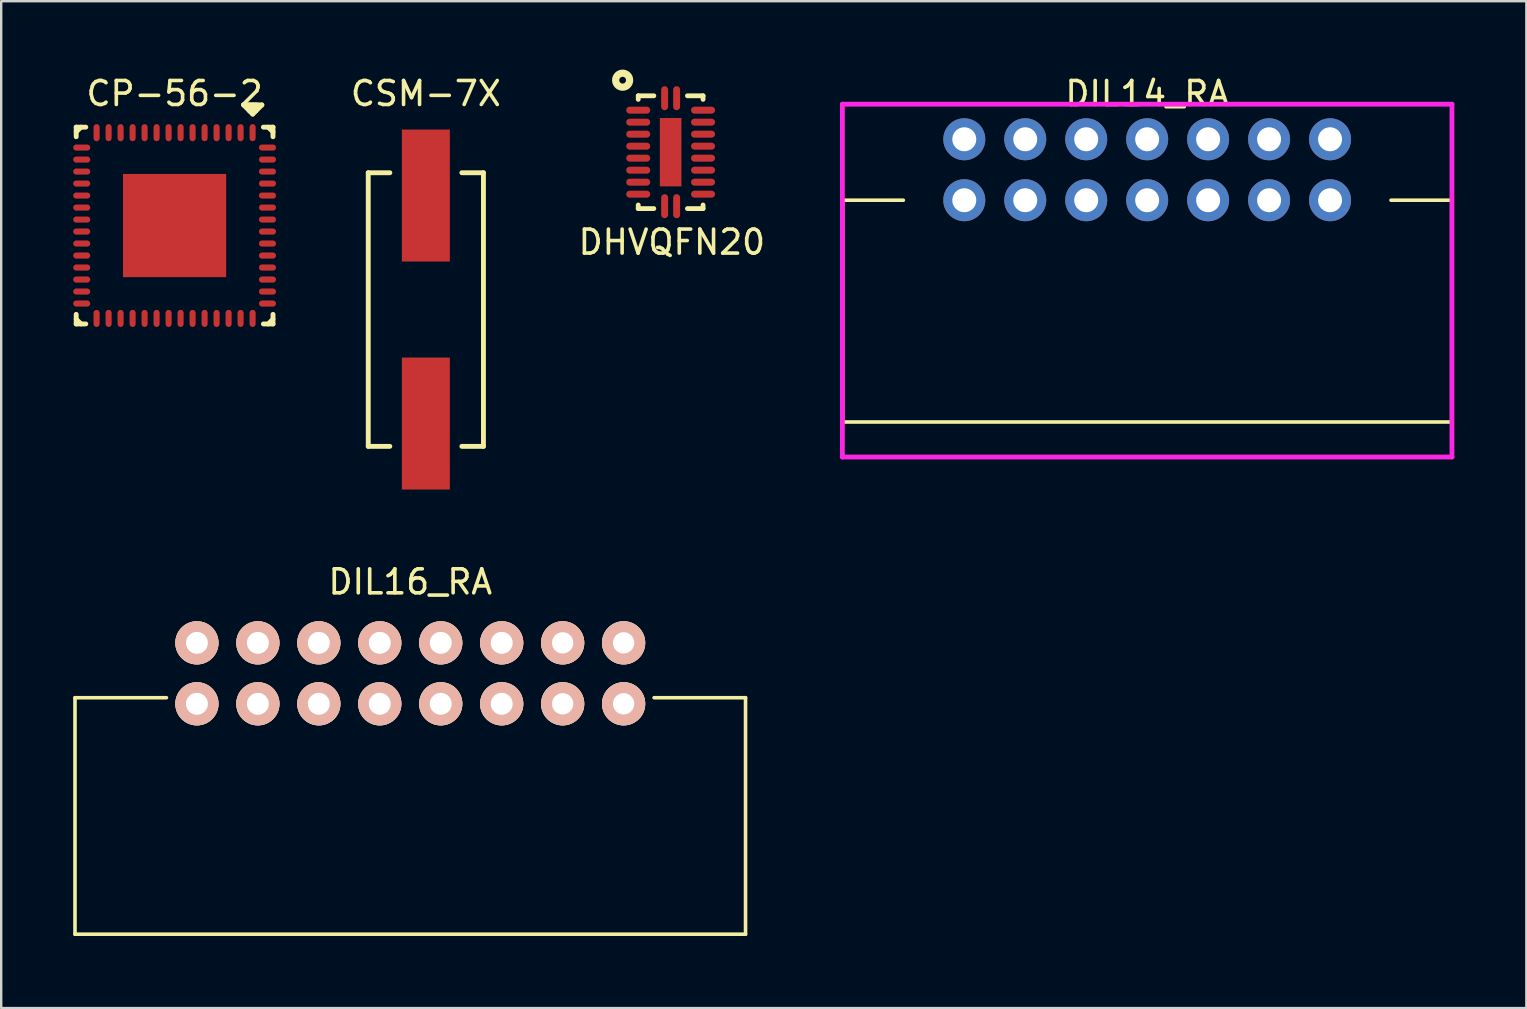
<source format=kicad_pcb>
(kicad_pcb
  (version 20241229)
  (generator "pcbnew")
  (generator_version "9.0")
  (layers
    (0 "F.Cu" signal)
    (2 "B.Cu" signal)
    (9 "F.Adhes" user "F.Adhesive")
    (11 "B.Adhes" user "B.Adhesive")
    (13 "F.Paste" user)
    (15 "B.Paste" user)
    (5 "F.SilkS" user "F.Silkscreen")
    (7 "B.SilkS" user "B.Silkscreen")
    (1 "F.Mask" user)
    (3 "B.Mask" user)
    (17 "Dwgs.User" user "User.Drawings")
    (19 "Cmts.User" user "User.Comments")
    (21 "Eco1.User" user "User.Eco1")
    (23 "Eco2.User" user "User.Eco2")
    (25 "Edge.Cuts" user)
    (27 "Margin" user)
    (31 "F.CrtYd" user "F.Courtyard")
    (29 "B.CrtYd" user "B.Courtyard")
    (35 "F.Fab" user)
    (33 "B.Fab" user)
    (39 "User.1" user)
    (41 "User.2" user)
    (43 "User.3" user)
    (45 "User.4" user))
  (footprint "CSM-7X"
    (layer "F.Cu")
    (at 14.694 9.848)
    (property "Reference" "CSM-7X" (at 0 -9 0) (layer "F.SilkS") (effects (font (size 1 1) (thickness 0.15))))
    (attr through_hole)
    (fp_line (start -2.4 -5.7) (end -2.4 5.7) (stroke (width 0.203) (type solid)) (layer "F.SilkS"))
    (fp_line (start -2.4 -5.7) (end -1.5 -5.7) (stroke (width 0.203) (type solid)) (layer "F.SilkS"))
    (fp_line (start -2.4 5.7) (end -1.5 5.7) (stroke (width 0.203) (type solid)) (layer "F.SilkS"))
    (fp_line (start 1.5 5.7) (end 2.4 5.7) (stroke (width 0.203) (type solid)) (layer "F.SilkS"))
    (fp_line (start 2.4 -5.7) (end 1.5 -5.7) (stroke (width 0.203) (type solid)) (layer "F.SilkS"))
    (fp_line (start 2.4 -5.7) (end 2.4 5.7) (stroke (width 0.203) (type solid)) (layer "F.SilkS"))
    (pad "1" smd rect (at 0 -4.75 270) (size 5.5 2) (layers "F.Cu" "F.Mask" "F.Paste"))
    (pad "2" smd rect (at 0 4.75 270) (size 5.5 2) (layers "F.Cu" "F.Mask" "F.Paste")))
  (footprint "DIL14_RA"
    (layer "F.Cu")
    (at 44.75 5.293)
    (property "Reference" "DIL14_RA" (at 0 -4.445 180) (layer "F.SilkS") (effects (font (size 1 1) (thickness 0.15))))
    (attr through_hole)
    (fp_line (start -12.69 0) (end -12.69 9.24) (stroke (width 0.15) (type solid)) (layer "F.SilkS"))
    (fp_line (start -12.69 0) (end -10.16 0) (stroke (width 0.15) (type solid)) (layer "F.SilkS"))
    (fp_line (start -12.69 9.24) (end 12.69 9.24) (stroke (width 0.15) (type solid)) (layer "F.SilkS"))
    (fp_line (start 10.16 0) (end 12.69 0) (stroke (width 0.15) (type solid)) (layer "F.SilkS"))
    (fp_line (start 12.69 0) (end 12.69 9.24) (stroke (width 0.15) (type solid)) (layer "F.SilkS"))
    (fp_line (start -12.7 -4) (end -12.7 10.7) (stroke (width 0.2) (type solid)) (layer "F.CrtYd"))
    (fp_line (start -12.7 10.7) (end 12.7 10.7) (stroke (width 0.2) (type solid)) (layer "F.CrtYd"))
    (fp_line (start 12.7 -4) (end -12.7 -4) (stroke (width 0.2) (type solid)) (layer "F.CrtYd"))
    (fp_line (start 12.7 10.7) (end 12.7 -4) (stroke (width 0.2) (type solid)) (layer "F.CrtYd"))
    (pad "1" thru_hole circle (at 7.62 -2.54 180) (size 1.75 1.75) (drill 1) (layers "*.Cu" "*.Mask"))
    (pad "2" thru_hole circle (at 7.62 0 180) (size 1.75 1.75) (drill 1) (layers "*.Cu" "*.Mask"))
    (pad "3" thru_hole circle (at 5.08 -2.54 180) (size 1.75 1.75) (drill 1) (layers "*.Cu" "*.Mask"))
    (pad "4" thru_hole circle (at 5.08 0 180) (size 1.75 1.75) (drill 1) (layers "*.Cu" "*.Mask"))
    (pad "5" thru_hole circle (at 2.54 -2.54 180) (size 1.75 1.75) (drill 1) (layers "*.Cu" "*.Mask"))
    (pad "6" thru_hole circle (at 2.54 0 180) (size 1.75 1.75) (drill 1) (layers "*.Cu" "*.Mask"))
    (pad "7" thru_hole circle (at 0 -2.54 180) (size 1.75 1.75) (drill 1) (layers "*.Cu" "*.Mask"))
    (pad "8" thru_hole circle (at 0 0 180) (size 1.75 1.75) (drill 1) (layers "*.Cu" "*.Mask"))
    (pad "9" thru_hole circle (at -2.54 -2.54 180) (size 1.75 1.75) (drill 1) (layers "*.Cu" "*.Mask"))
    (pad "10" thru_hole circle (at -2.54 0 180) (size 1.75 1.75) (drill 1) (layers "*.Cu" "*.Mask"))
    (pad "11" thru_hole circle (at -5.08 -2.54 180) (size 1.75 1.75) (drill 1) (layers "*.Cu" "*.Mask"))
    (pad "12" thru_hole circle (at -5.08 0 180) (size 1.75 1.75) (drill 1) (layers "*.Cu" "*.Mask"))
    (pad "13" thru_hole circle (at -7.62 -2.54 180) (size 1.75 1.75) (drill 1) (layers "*.Cu" "*.Mask"))
    (pad "14" thru_hole circle (at -7.62 0 180) (size 1.75 1.75) (drill 1) (layers "*.Cu" "*.Mask")))
  (footprint "CP-56-2"
    (layer "F.Cu")
    (at 4.225 6.348)
    (property "Reference" "CP-56-2" (at 0 -5.5 0) (layer "F.SilkS") (effects (font (size 1 1) (thickness 0.15))))
    (attr smd)
    (fp_line (start -4.1 -4.1) (end -4.1 -3.7) (stroke (width 0.203) (type solid)) (layer "F.SilkS"))
    (fp_line (start -4.1 -3.9) (end -3.9 -4.1) (stroke (width 0.2) (type solid)) (layer "F.SilkS"))
    (fp_line (start -4.1 3.9) (end -3.9 4.1) (stroke (width 0.2) (type solid)) (layer "F.SilkS"))
    (fp_line (start -4.1 4.1) (end -4.1 3.7) (stroke (width 0.203) (type solid)) (layer "F.SilkS"))
    (fp_line (start -3.7 -4.1) (end -4.1 -4.1) (stroke (width 0.203) (type solid)) (layer "F.SilkS"))
    (fp_line (start -3.7 4.1) (end -4.1 4.1) (stroke (width 0.203) (type solid)) (layer "F.SilkS"))
    (fp_line (start 2.874 -5.026) (end 3.256 -4.644) (stroke (width 0.203) (type solid)) (layer "F.SilkS"))
    (fp_line (start 3.128 -5.026) (end 3.128 -4.771) (stroke (width 0.203) (type solid)) (layer "F.SilkS"))
    (fp_line (start 3.256 -5.026) (end 3.256 -4.771) (stroke (width 0.203) (type solid)) (layer "F.SilkS"))
    (fp_line (start 3.256 -4.644) (end 3.636 -5.026) (stroke (width 0.203) (type solid)) (layer "F.SilkS"))
    (fp_line (start 3.382 -5.026) (end 3.382 -4.771) (stroke (width 0.203) (type solid)) (layer "F.SilkS"))
    (fp_line (start 3.636 -5.026) (end 2.874 -5.026) (stroke (width 0.203) (type solid)) (layer "F.SilkS"))
    (fp_line (start 3.7 -4.1) (end 4.1 -4.1) (stroke (width 0.203) (type solid)) (layer "F.SilkS"))
    (fp_line (start 3.7 4.1) (end 4.1 4.1) (stroke (width 0.203) (type solid)) (layer "F.SilkS"))
    (fp_line (start 3.9 -4.1) (end 4.1 -3.9) (stroke (width 0.2) (type solid)) (layer "F.SilkS"))
    (fp_line (start 4.1 -4.1) (end 4.1 -3.7) (stroke (width 0.203) (type solid)) (layer "F.SilkS"))
    (fp_line (start 4.1 3.9) (end 3.9 4.1) (stroke (width 0.2) (type solid)) (layer "F.SilkS"))
    (fp_line (start 4.1 4.1) (end 4.1 3.7) (stroke (width 0.203) (type solid)) (layer "F.SilkS"))
    (pad "" smd rect (at -1.15 -1.15) (size 2 2) (layers "F.Paste"))
    (pad "" smd rect (at -1.15 1.15) (size 2 2) (layers "F.Paste"))
    (pad "" smd rect (at 1.15 -1.15) (size 2 2) (layers "F.Paste"))
    (pad "" smd rect (at 1.15 1.15) (size 2 2) (layers "F.Paste"))
    (pad "1" smd oval (at 3.25 -3.87 270) (size 0.71 0.254) (layers "F.Cu" "F.Mask" "F.Paste"))
    (pad "2" smd oval (at 2.75 -3.87 270) (size 0.71 0.254) (layers "F.Cu" "F.Mask" "F.Paste"))
    (pad "3" smd oval (at 2.25 -3.87 270) (size 0.71 0.254) (layers "F.Cu" "F.Mask" "F.Paste"))
    (pad "4" smd oval (at 1.75 -3.87 270) (size 0.71 0.254) (layers "F.Cu" "F.Mask" "F.Paste"))
    (pad "5" smd oval (at 1.25 -3.87 270) (size 0.71 0.254) (layers "F.Cu" "F.Mask" "F.Paste"))
    (pad "6" smd oval (at 0.75 -3.87 270) (size 0.71 0.254) (layers "F.Cu" "F.Mask" "F.Paste"))
    (pad "7" smd oval (at 0.25 -3.87 270) (size 0.71 0.254) (layers "F.Cu" "F.Mask" "F.Paste"))
    (pad "8" smd oval (at -0.25 -3.87 270) (size 0.71 0.254) (layers "F.Cu" "F.Mask" "F.Paste"))
    (pad "9" smd oval (at -0.75 -3.87 270) (size 0.71 0.254) (layers "F.Cu" "F.Mask" "F.Paste"))
    (pad "10" smd oval (at -1.25 -3.87 270) (size 0.71 0.254) (layers "F.Cu" "F.Mask" "F.Paste"))
    (pad "11" smd oval (at -1.75 -3.87 270) (size 0.71 0.254) (layers "F.Cu" "F.Mask" "F.Paste"))
    (pad "12" smd oval (at -2.25 -3.87 270) (size 0.71 0.254) (layers "F.Cu" "F.Mask" "F.Paste"))
    (pad "13" smd oval (at -2.75 -3.87 270) (size 0.71 0.254) (layers "F.Cu" "F.Mask" "F.Paste"))
    (pad "14" smd oval (at -3.25 -3.87 270) (size 0.71 0.254) (layers "F.Cu" "F.Mask" "F.Paste"))
    (pad "15" smd oval (at -3.87 -3.25) (size 0.71 0.254) (layers "F.Cu" "F.Mask" "F.Paste"))
    (pad "16" smd oval (at -3.87 -2.75) (size 0.71 0.254) (layers "F.Cu" "F.Mask" "F.Paste"))
    (pad "17" smd oval (at -3.87 -2.25) (size 0.71 0.254) (layers "F.Cu" "F.Mask" "F.Paste"))
    (pad "18" smd oval (at -3.87 -1.75) (size 0.71 0.254) (layers "F.Cu" "F.Mask" "F.Paste"))
    (pad "19" smd oval (at -3.87 -1.25) (size 0.71 0.254) (layers "F.Cu" "F.Mask" "F.Paste"))
    (pad "20" smd oval (at -3.87 -0.75) (size 0.71 0.254) (layers "F.Cu" "F.Mask" "F.Paste"))
    (pad "21" smd oval (at -3.87 -0.25) (size 0.71 0.254) (layers "F.Cu" "F.Mask" "F.Paste"))
    (pad "22" smd oval (at -3.87 0.25) (size 0.71 0.254) (layers "F.Cu" "F.Mask" "F.Paste"))
    (pad "23" smd oval (at -3.87 0.75) (size 0.71 0.254) (layers "F.Cu" "F.Mask" "F.Paste"))
    (pad "24" smd oval (at -3.87 1.25) (size 0.71 0.254) (layers "F.Cu" "F.Mask" "F.Paste"))
    (pad "25" smd oval (at -3.87 1.75) (size 0.71 0.254) (layers "F.Cu" "F.Mask" "F.Paste"))
    (pad "26" smd oval (at -3.87 2.25) (size 0.71 0.254) (layers "F.Cu" "F.Mask" "F.Paste"))
    (pad "27" smd oval (at -3.87 2.75) (size 0.71 0.254) (layers "F.Cu" "F.Mask" "F.Paste"))
    (pad "28" smd oval (at -3.87 3.25) (size 0.71 0.254) (layers "F.Cu" "F.Mask" "F.Paste"))
    (pad "29" smd oval (at -3.25 3.87 270) (size 0.71 0.254) (layers "F.Cu" "F.Mask" "F.Paste"))
    (pad "30" smd oval (at -2.75 3.87 270) (size 0.71 0.254) (layers "F.Cu" "F.Mask" "F.Paste"))
    (pad "31" smd oval (at -2.25 3.87 270) (size 0.71 0.254) (layers "F.Cu" "F.Mask" "F.Paste"))
    (pad "32" smd oval (at -1.75 3.87 270) (size 0.71 0.254) (layers "F.Cu" "F.Mask" "F.Paste"))
    (pad "33" smd oval (at -1.25 3.87 270) (size 0.71 0.254) (layers "F.Cu" "F.Mask" "F.Paste"))
    (pad "34" smd oval (at -0.75 3.87 270) (size 0.71 0.254) (layers "F.Cu" "F.Mask" "F.Paste"))
    (pad "35" smd oval (at -0.25 3.87 270) (size 0.71 0.254) (layers "F.Cu" "F.Mask" "F.Paste"))
    (pad "36" smd oval (at 0.25 3.87 270) (size 0.71 0.254) (layers "F.Cu" "F.Mask" "F.Paste"))
    (pad "37" smd oval (at 0.75 3.87 270) (size 0.71 0.254) (layers "F.Cu" "F.Mask" "F.Paste"))
    (pad "38" smd oval (at 1.25 3.87 270) (size 0.71 0.254) (layers "F.Cu" "F.Mask" "F.Paste"))
    (pad "39" smd oval (at 1.75 3.87 270) (size 0.71 0.254) (layers "F.Cu" "F.Mask" "F.Paste"))
    (pad "40" smd oval (at 2.25 3.87 270) (size 0.71 0.254) (layers "F.Cu" "F.Mask" "F.Paste"))
    (pad "41" smd oval (at 2.75 3.87 270) (size 0.71 0.254) (layers "F.Cu" "F.Mask" "F.Paste"))
    (pad "42" smd oval (at 3.25 3.87 270) (size 0.71 0.254) (layers "F.Cu" "F.Mask" "F.Paste"))
    (pad "43" smd oval (at 3.87 3.25) (size 0.71 0.254) (layers "F.Cu" "F.Mask" "F.Paste"))
    (pad "44" smd oval (at 3.87 2.75) (size 0.71 0.254) (layers "F.Cu" "F.Mask" "F.Paste"))
    (pad "45" smd oval (at 3.87 2.25) (size 0.71 0.254) (layers "F.Cu" "F.Mask" "F.Paste"))
    (pad "46" smd oval (at 3.87 1.75) (size 0.71 0.254) (layers "F.Cu" "F.Mask" "F.Paste"))
    (pad "47" smd oval (at 3.87 1.25) (size 0.71 0.254) (layers "F.Cu" "F.Mask" "F.Paste"))
    (pad "48" smd oval (at 3.87 0.75) (size 0.71 0.254) (layers "F.Cu" "F.Mask" "F.Paste"))
    (pad "49" smd oval (at 3.87 0.25) (size 0.71 0.254) (layers "F.Cu" "F.Mask" "F.Paste"))
    (pad "50" smd oval (at 3.87 -0.25) (size 0.71 0.254) (layers "F.Cu" "F.Mask" "F.Paste"))
    (pad "51" smd oval (at 3.87 -0.75) (size 0.71 0.254) (layers "F.Cu" "F.Mask" "F.Paste"))
    (pad "52" smd oval (at 3.87 -1.25) (size 0.71 0.254) (layers "F.Cu" "F.Mask" "F.Paste"))
    (pad "53" smd oval (at 3.87 -1.75) (size 0.71 0.254) (layers "F.Cu" "F.Mask" "F.Paste"))
    (pad "54" smd oval (at 3.87 -2.25) (size 0.71 0.254) (layers "F.Cu" "F.Mask" "F.Paste"))
    (pad "55" smd oval (at 3.87 -2.75) (size 0.71 0.254) (layers "F.Cu" "F.Mask" "F.Paste"))
    (pad "56" smd oval (at 3.87 -3.25) (size 0.71 0.254) (layers "F.Cu" "F.Mask" "F.Paste"))
    (pad "EP" smd rect (at 0 0) (size 4.3 4.3) (layers "F.Cu" "F.Mask")))
  (footprint "DHVQFN20"
    (layer "F.Cu")
    (at 24.894 3.291)
    (property "Reference" "DHVQFN20" (at 0.05 3.75 0) (layer "F.SilkS") (effects (font (size 1 1) (thickness 0.15))))
    (attr smd)
    (fp_line (start -1.35 -2.35) (end -1.35 -2.2) (stroke (width 0.2) (type solid)) (layer "F.SilkS"))
    (fp_line (start -1.35 -2.35) (end -0.7 -2.35) (stroke (width 0.2) (type solid)) (layer "F.SilkS"))
    (fp_line (start -1.35 2.35) (end -1.35 2.2) (stroke (width 0.2) (type solid)) (layer "F.SilkS"))
    (fp_line (start -1.35 2.35) (end -0.7 2.35) (stroke (width 0.2) (type solid)) (layer "F.SilkS"))
    (fp_line (start 1.35 -2.35) (end 0.7 -2.35) (stroke (width 0.2) (type solid)) (layer "F.SilkS"))
    (fp_line (start 1.35 -2.35) (end 1.35 -2.2) (stroke (width 0.2) (type solid)) (layer "F.SilkS"))
    (fp_line (start 1.35 2.35) (end 0.7 2.35) (stroke (width 0.2) (type solid)) (layer "F.SilkS"))
    (fp_line (start 1.35 2.35) (end 1.35 2.2) (stroke (width 0.2) (type solid)) (layer "F.SilkS"))
    (fp_circle (center -2 -3) (end -1.9 -2.9) (stroke (width 0.3) (type solid)) (fill no) (layer "F.SilkS"))
    (fp_line (start 0 -0.65) (end 0 -0.4) (stroke (width 0.4) (type solid)) (layer "F.Paste"))
    (fp_line (start 0 0.4) (end 0 0.65) (stroke (width 0.4) (type solid)) (layer "F.Paste"))
    (pad "1" smd oval (at -0.25 -2.25 270) (size 1 0.29) (layers "F.Cu" "F.Mask" "F.Paste"))
    (pad "2" smd oval (at -1.35 -1.75 270) (size 0.29 1) (layers "F.Cu" "F.Mask" "F.Paste"))
    (pad "3" smd oval (at -1.35 -1.25 270) (size 0.29 1) (layers "F.Cu" "F.Mask" "F.Paste"))
    (pad "4" smd oval (at -1.35 -0.75 270) (size 0.29 1) (layers "F.Cu" "F.Mask" "F.Paste"))
    (pad "5" smd oval (at -1.35 -0.25 270) (size 0.29 1) (layers "F.Cu" "F.Mask" "F.Paste"))
    (pad "6" smd oval (at -1.35 0.25 270) (size 0.29 1) (layers "F.Cu" "F.Mask" "F.Paste"))
    (pad "7" smd oval (at -1.35 0.75 270) (size 0.29 1) (layers "F.Cu" "F.Mask" "F.Paste"))
    (pad "8" smd oval (at -1.35 1.25 270) (size 0.29 1) (layers "F.Cu" "F.Mask" "F.Paste"))
    (pad "9" smd oval (at -1.35 1.75 270) (size 0.29 1) (layers "F.Cu" "F.Mask" "F.Paste"))
    (pad "10" smd oval (at -0.25 2.25 270) (size 1 0.29) (layers "F.Cu" "F.Mask" "F.Paste"))
    (pad "11" smd oval (at 0.25 2.25 270) (size 1 0.29) (layers "F.Cu" "F.Mask" "F.Paste"))
    (pad "12" smd oval (at 1.35 1.75 270) (size 0.29 1) (layers "F.Cu" "F.Mask" "F.Paste"))
    (pad "13" smd oval (at 1.35 1.25 270) (size 0.29 1) (layers "F.Cu" "F.Mask" "F.Paste"))
    (pad "14" smd oval (at 1.35 0.75 270) (size 0.29 1) (layers "F.Cu" "F.Mask" "F.Paste"))
    (pad "15" smd oval (at 1.35 0.25 270) (size 0.29 1) (layers "F.Cu" "F.Mask" "F.Paste"))
    (pad "16" smd oval (at 1.35 -0.25 270) (size 0.29 1) (layers "F.Cu" "F.Mask" "F.Paste"))
    (pad "17" smd oval (at 1.35 -0.75 270) (size 0.29 1) (layers "F.Cu" "F.Mask" "F.Paste"))
    (pad "18" smd oval (at 1.35 -1.25 270) (size 0.29 1) (layers "F.Cu" "F.Mask" "F.Paste"))
    (pad "19" smd oval (at 1.35 -1.75 270) (size 0.29 1) (layers "F.Cu" "F.Mask" "F.Paste"))
    (pad "20" smd oval (at 0.25 -2.25 270) (size 1 0.29) (layers "F.Cu" "F.Mask" "F.Paste"))
    (pad "EP" smd rect (at 0 0) (size 0.9 2.85) (layers "F.Cu" "F.Mask")))
  (footprint "DIL16_RA"
    (layer "F.Cu")
    (at 14.045 26.276)
    (property "Reference" "DIL16_RA" (at 0 -5.08 180) (layer "F.SilkS") (effects (font (size 1 1) (thickness 0.15))))
    (attr through_hole)
    (fp_line (start -13.97 -0.254) (end -13.97 9.601) (stroke (width 0.15) (type solid)) (layer "F.SilkS"))
    (fp_line (start -13.97 -0.254) (end -10.16 -0.254) (stroke (width 0.15) (type solid)) (layer "F.SilkS"))
    (fp_line (start -13.97 9.601) (end 13.97 9.601) (stroke (width 0.15) (type solid)) (layer "F.SilkS"))
    (fp_line (start 10.16 -0.254) (end 13.97 -0.254) (stroke (width 0.15) (type solid)) (layer "F.SilkS"))
    (fp_line (start 13.97 -0.254) (end 13.97 9.601) (stroke (width 0.15) (type solid)) (layer "F.SilkS"))
    (pad "1" thru_hole circle (at 8.89 -2.54 180) (size 1.8 1.8) (drill 0.889) (layers "*.Cu" "*.SilkS" "*.Mask"))
    (pad "2" thru_hole circle (at 8.89 0 180) (size 1.8 1.8) (drill 0.889) (layers "*.Cu" "*.SilkS" "*.Mask"))
    (pad "3" thru_hole circle (at 6.35 -2.54 180) (size 1.8 1.8) (drill 0.889) (layers "*.Cu" "*.SilkS" "*.Mask"))
    (pad "4" thru_hole circle (at 6.35 0 180) (size 1.8 1.8) (drill 0.889) (layers "*.Cu" "*.SilkS" "*.Mask"))
    (pad "5" thru_hole circle (at 3.81 -2.54 180) (size 1.8 1.8) (drill 0.914) (layers "*.Cu" "*.SilkS" "*.Mask"))
    (pad "6" thru_hole circle (at 3.81 0 180) (size 1.8 1.8) (drill 0.914) (layers "*.Cu" "*.SilkS" "*.Mask"))
    (pad "7" thru_hole circle (at 1.27 -2.54 180) (size 1.8 1.8) (drill 0.914) (layers "*.Cu" "*.SilkS" "*.Mask"))
    (pad "8" thru_hole circle (at 1.27 0 180) (size 1.8 1.8) (drill 0.914) (layers "*.Cu" "*.SilkS" "*.Mask"))
    (pad "9" thru_hole circle (at -1.27 -2.54 180) (size 1.8 1.8) (drill 0.914) (layers "*.Cu" "*.SilkS" "*.Mask"))
    (pad "10" thru_hole circle (at -1.27 0 180) (size 1.8 1.8) (drill 0.914) (layers "*.Cu" "*.SilkS" "*.Mask"))
    (pad "11" thru_hole circle (at -3.81 -2.54 180) (size 1.8 1.8) (drill 0.914) (layers "*.Cu" "*.SilkS" "*.Mask"))
    (pad "12" thru_hole circle (at -3.81 0 180) (size 1.8 1.8) (drill 0.914) (layers "*.Cu" "*.SilkS" "*.Mask"))
    (pad "13" thru_hole circle (at -6.35 -2.54 180) (size 1.8 1.8) (drill 0.914) (layers "*.Cu" "*.SilkS" "*.Mask"))
    (pad "14" thru_hole circle (at -6.35 0 180) (size 1.8 1.8) (drill 0.914) (layers "*.Cu" "*.SilkS" "*.Mask"))
    (pad "15" thru_hole circle (at -8.89 -2.54 180) (size 1.8 1.8) (drill 0.914) (layers "*.Cu" "*.SilkS" "*.Mask"))
    (pad "16" thru_hole circle (at -8.89 0 180) (size 1.8 1.8) (drill 0.914) (layers "*.Cu" "*.SilkS" "*.Mask")))
  (gr_rect
    (start -3 -3)
    (end 60.55 38.953)
    (stroke (width 0.1) (type default))
    (fill no)
    (layer "Edge.Cuts")))
</source>
